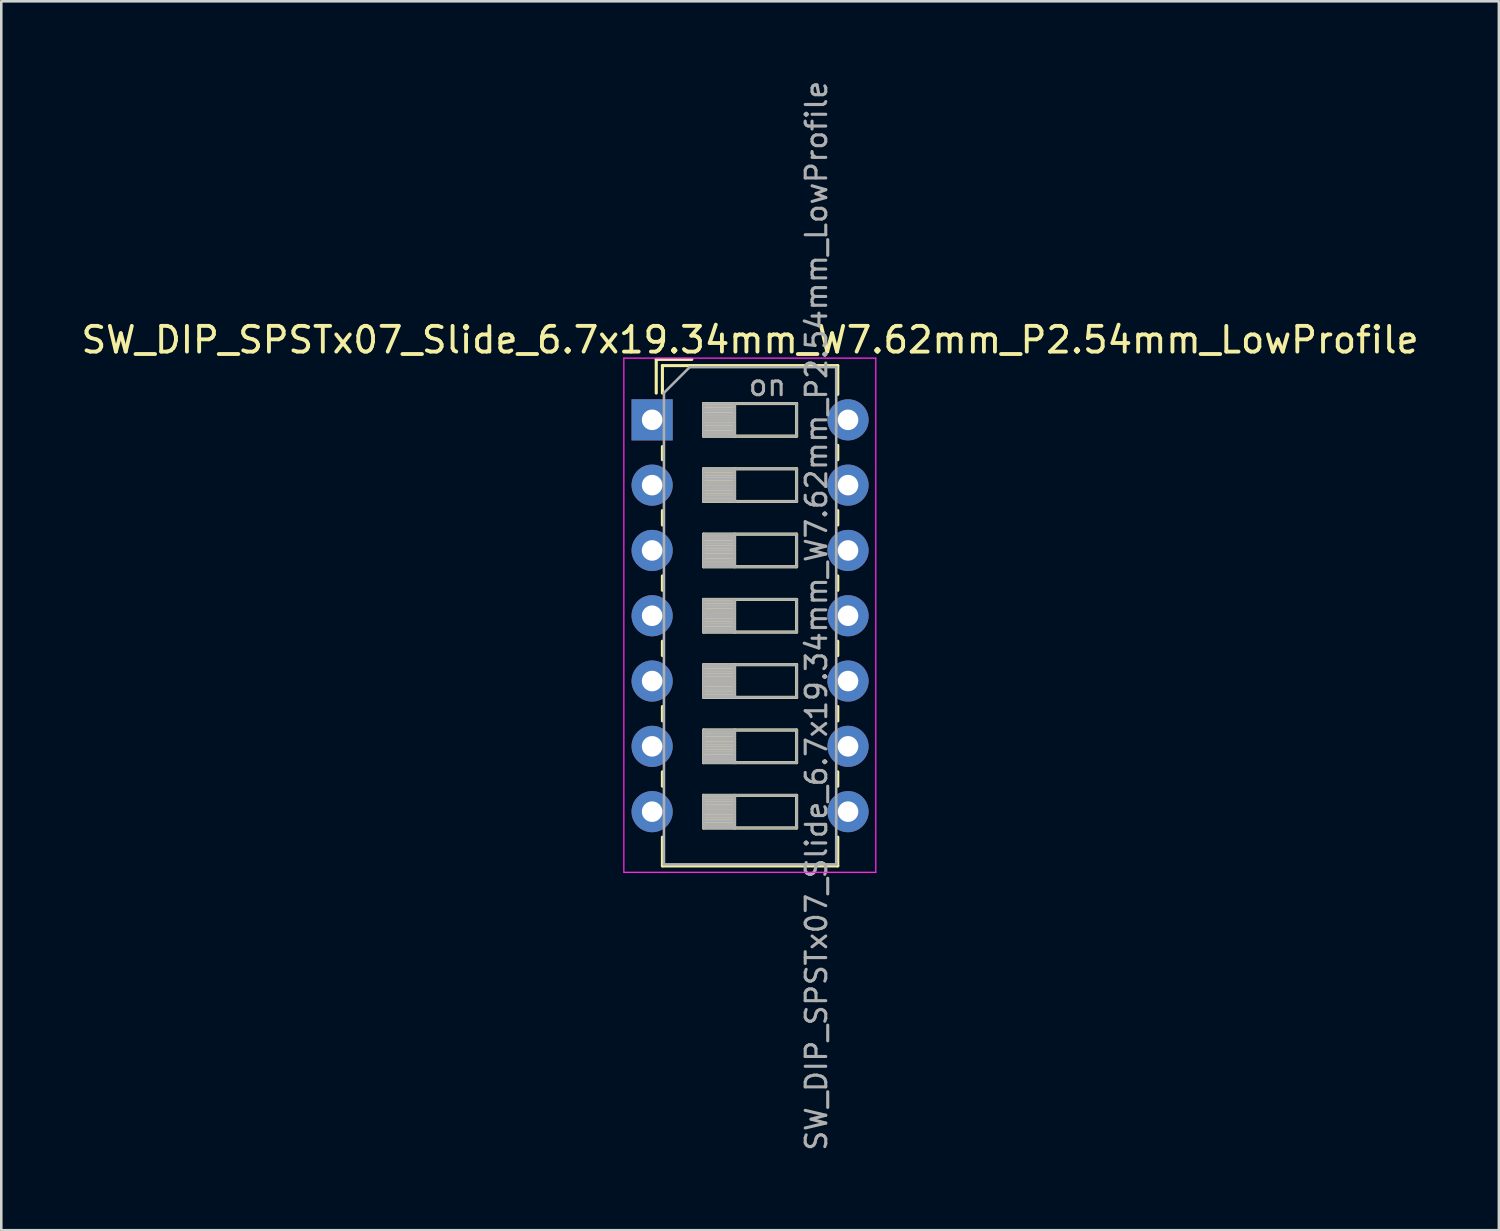
<source format=kicad_pcb>
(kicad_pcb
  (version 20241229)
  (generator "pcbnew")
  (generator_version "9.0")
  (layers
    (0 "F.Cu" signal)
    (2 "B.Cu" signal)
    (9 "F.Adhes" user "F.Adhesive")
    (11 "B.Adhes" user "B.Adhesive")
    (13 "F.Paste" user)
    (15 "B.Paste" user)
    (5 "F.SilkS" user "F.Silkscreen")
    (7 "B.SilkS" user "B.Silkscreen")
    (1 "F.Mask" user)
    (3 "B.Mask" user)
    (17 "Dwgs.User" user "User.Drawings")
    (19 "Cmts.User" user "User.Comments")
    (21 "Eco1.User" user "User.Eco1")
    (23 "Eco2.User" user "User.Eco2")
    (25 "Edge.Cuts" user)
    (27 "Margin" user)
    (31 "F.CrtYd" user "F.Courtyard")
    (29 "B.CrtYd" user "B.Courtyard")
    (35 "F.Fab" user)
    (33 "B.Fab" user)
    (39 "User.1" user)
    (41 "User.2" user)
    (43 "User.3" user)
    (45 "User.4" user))
  (footprint "SW_DIP_SPSTx07_Slide_6.7x19.34mm_W7.62mm_P2.54mm_LowProfile"
    (layer "F.Cu")
    (at 22.315 13.28)
    (property "Reference" "SW_DIP_SPSTx07_Slide_6.7x19.34mm_W7.62mm_P2.54mm_LowProfile" (at 3.81 -3.11 0) (layer "F.SilkS") (effects (font (size 1 1) (thickness 0.15))))
    (attr through_hole)
    (fp_line (start 0.16 -2.35) (end 0.16 -1.04) (stroke (width 0.12) (type solid)) (layer "F.SilkS"))
    (fp_line (start 0.16 -2.35) (end 1.543 -2.35) (stroke (width 0.12) (type solid)) (layer "F.SilkS"))
    (fp_line (start 0.4 -2.11) (end 0.4 -1.04) (stroke (width 0.12) (type solid)) (layer "F.SilkS"))
    (fp_line (start 0.4 -2.11) (end 7.221 -2.11) (stroke (width 0.12) (type solid)) (layer "F.SilkS"))
    (fp_line (start 0.4 1.04) (end 0.4 1.551) (stroke (width 0.12) (type solid)) (layer "F.SilkS"))
    (fp_line (start 0.4 3.53) (end 0.4 4.091) (stroke (width 0.12) (type solid)) (layer "F.SilkS"))
    (fp_line (start 0.4 6.07) (end 0.4 6.631) (stroke (width 0.12) (type solid)) (layer "F.SilkS"))
    (fp_line (start 0.4 8.61) (end 0.4 9.17) (stroke (width 0.12) (type solid)) (layer "F.SilkS"))
    (fp_line (start 0.4 11.15) (end 0.4 11.71) (stroke (width 0.12) (type solid)) (layer "F.SilkS"))
    (fp_line (start 0.4 13.69) (end 0.4 14.25) (stroke (width 0.12) (type solid)) (layer "F.SilkS"))
    (fp_line (start 0.4 16.23) (end 0.4 17.35) (stroke (width 0.12) (type solid)) (layer "F.SilkS"))
    (fp_line (start 0.4 17.35) (end 7.221 17.35) (stroke (width 0.12) (type solid)) (layer "F.SilkS"))
    (fp_line (start 2 -0.635) (end 2 0.635) (stroke (width 0.12) (type solid)) (layer "F.SilkS"))
    (fp_line (start 2 -0.515) (end 3.207 -0.515) (stroke (width 0.12) (type solid)) (layer "F.SilkS"))
    (fp_line (start 2 -0.395) (end 3.207 -0.395) (stroke (width 0.12) (type solid)) (layer "F.SilkS"))
    (fp_line (start 2 -0.275) (end 3.207 -0.275) (stroke (width 0.12) (type solid)) (layer "F.SilkS"))
    (fp_line (start 2 -0.155) (end 3.207 -0.155) (stroke (width 0.12) (type solid)) (layer "F.SilkS"))
    (fp_line (start 2 -0.035) (end 3.207 -0.035) (stroke (width 0.12) (type solid)) (layer "F.SilkS"))
    (fp_line (start 2 0.085) (end 3.207 0.085) (stroke (width 0.12) (type solid)) (layer "F.SilkS"))
    (fp_line (start 2 0.205) (end 3.207 0.205) (stroke (width 0.12) (type solid)) (layer "F.SilkS"))
    (fp_line (start 2 0.325) (end 3.207 0.325) (stroke (width 0.12) (type solid)) (layer "F.SilkS"))
    (fp_line (start 2 0.445) (end 3.207 0.445) (stroke (width 0.12) (type solid)) (layer "F.SilkS"))
    (fp_line (start 2 0.565) (end 3.207 0.565) (stroke (width 0.12) (type solid)) (layer "F.SilkS"))
    (fp_line (start 2 0.635) (end 5.62 0.635) (stroke (width 0.12) (type solid)) (layer "F.SilkS"))
    (fp_line (start 2 1.905) (end 2 3.175) (stroke (width 0.12) (type solid)) (layer "F.SilkS"))
    (fp_line (start 2 2.025) (end 3.207 2.025) (stroke (width 0.12) (type solid)) (layer "F.SilkS"))
    (fp_line (start 2 2.145) (end 3.207 2.145) (stroke (width 0.12) (type solid)) (layer "F.SilkS"))
    (fp_line (start 2 2.265) (end 3.207 2.265) (stroke (width 0.12) (type solid)) (layer "F.SilkS"))
    (fp_line (start 2 2.385) (end 3.207 2.385) (stroke (width 0.12) (type solid)) (layer "F.SilkS"))
    (fp_line (start 2 2.505) (end 3.207 2.505) (stroke (width 0.12) (type solid)) (layer "F.SilkS"))
    (fp_line (start 2 2.625) (end 3.207 2.625) (stroke (width 0.12) (type solid)) (layer "F.SilkS"))
    (fp_line (start 2 2.745) (end 3.207 2.745) (stroke (width 0.12) (type solid)) (layer "F.SilkS"))
    (fp_line (start 2 2.865) (end 3.207 2.865) (stroke (width 0.12) (type solid)) (layer "F.SilkS"))
    (fp_line (start 2 2.985) (end 3.207 2.985) (stroke (width 0.12) (type solid)) (layer "F.SilkS"))
    (fp_line (start 2 3.105) (end 3.207 3.105) (stroke (width 0.12) (type solid)) (layer "F.SilkS"))
    (fp_line (start 2 3.175) (end 5.62 3.175) (stroke (width 0.12) (type solid)) (layer "F.SilkS"))
    (fp_line (start 2 4.445) (end 2 5.715) (stroke (width 0.12) (type solid)) (layer "F.SilkS"))
    (fp_line (start 2 4.565) (end 3.207 4.565) (stroke (width 0.12) (type solid)) (layer "F.SilkS"))
    (fp_line (start 2 4.685) (end 3.207 4.685) (stroke (width 0.12) (type solid)) (layer "F.SilkS"))
    (fp_line (start 2 4.805) (end 3.207 4.805) (stroke (width 0.12) (type solid)) (layer "F.SilkS"))
    (fp_line (start 2 4.925) (end 3.207 4.925) (stroke (width 0.12) (type solid)) (layer "F.SilkS"))
    (fp_line (start 2 5.045) (end 3.207 5.045) (stroke (width 0.12) (type solid)) (layer "F.SilkS"))
    (fp_line (start 2 5.165) (end 3.207 5.165) (stroke (width 0.12) (type solid)) (layer "F.SilkS"))
    (fp_line (start 2 5.285) (end 3.207 5.285) (stroke (width 0.12) (type solid)) (layer "F.SilkS"))
    (fp_line (start 2 5.405) (end 3.207 5.405) (stroke (width 0.12) (type solid)) (layer "F.SilkS"))
    (fp_line (start 2 5.525) (end 3.207 5.525) (stroke (width 0.12) (type solid)) (layer "F.SilkS"))
    (fp_line (start 2 5.645) (end 3.207 5.645) (stroke (width 0.12) (type solid)) (layer "F.SilkS"))
    (fp_line (start 2 5.715) (end 5.62 5.715) (stroke (width 0.12) (type solid)) (layer "F.SilkS"))
    (fp_line (start 2 6.985) (end 2 8.255) (stroke (width 0.12) (type solid)) (layer "F.SilkS"))
    (fp_line (start 2 7.105) (end 3.207 7.105) (stroke (width 0.12) (type solid)) (layer "F.SilkS"))
    (fp_line (start 2 7.225) (end 3.207 7.225) (stroke (width 0.12) (type solid)) (layer "F.SilkS"))
    (fp_line (start 2 7.345) (end 3.207 7.345) (stroke (width 0.12) (type solid)) (layer "F.SilkS"))
    (fp_line (start 2 7.465) (end 3.207 7.465) (stroke (width 0.12) (type solid)) (layer "F.SilkS"))
    (fp_line (start 2 7.585) (end 3.207 7.585) (stroke (width 0.12) (type solid)) (layer "F.SilkS"))
    (fp_line (start 2 7.705) (end 3.207 7.705) (stroke (width 0.12) (type solid)) (layer "F.SilkS"))
    (fp_line (start 2 7.825) (end 3.207 7.825) (stroke (width 0.12) (type solid)) (layer "F.SilkS"))
    (fp_line (start 2 7.945) (end 3.207 7.945) (stroke (width 0.12) (type solid)) (layer "F.SilkS"))
    (fp_line (start 2 8.065) (end 3.207 8.065) (stroke (width 0.12) (type solid)) (layer "F.SilkS"))
    (fp_line (start 2 8.185) (end 3.207 8.185) (stroke (width 0.12) (type solid)) (layer "F.SilkS"))
    (fp_line (start 2 8.255) (end 5.62 8.255) (stroke (width 0.12) (type solid)) (layer "F.SilkS"))
    (fp_line (start 2 9.525) (end 2 10.795) (stroke (width 0.12) (type solid)) (layer "F.SilkS"))
    (fp_line (start 2 9.645) (end 3.207 9.645) (stroke (width 0.12) (type solid)) (layer "F.SilkS"))
    (fp_line (start 2 9.765) (end 3.207 9.765) (stroke (width 0.12) (type solid)) (layer "F.SilkS"))
    (fp_line (start 2 9.885) (end 3.207 9.885) (stroke (width 0.12) (type solid)) (layer "F.SilkS"))
    (fp_line (start 2 10.005) (end 3.207 10.005) (stroke (width 0.12) (type solid)) (layer "F.SilkS"))
    (fp_line (start 2 10.125) (end 3.207 10.125) (stroke (width 0.12) (type solid)) (layer "F.SilkS"))
    (fp_line (start 2 10.245) (end 3.207 10.245) (stroke (width 0.12) (type solid)) (layer "F.SilkS"))
    (fp_line (start 2 10.365) (end 3.207 10.365) (stroke (width 0.12) (type solid)) (layer "F.SilkS"))
    (fp_line (start 2 10.485) (end 3.207 10.485) (stroke (width 0.12) (type solid)) (layer "F.SilkS"))
    (fp_line (start 2 10.605) (end 3.207 10.605) (stroke (width 0.12) (type solid)) (layer "F.SilkS"))
    (fp_line (start 2 10.725) (end 3.207 10.725) (stroke (width 0.12) (type solid)) (layer "F.SilkS"))
    (fp_line (start 2 10.795) (end 5.62 10.795) (stroke (width 0.12) (type solid)) (layer "F.SilkS"))
    (fp_line (start 2 12.065) (end 2 13.335) (stroke (width 0.12) (type solid)) (layer "F.SilkS"))
    (fp_line (start 2 12.185) (end 3.207 12.185) (stroke (width 0.12) (type solid)) (layer "F.SilkS"))
    (fp_line (start 2 12.305) (end 3.207 12.305) (stroke (width 0.12) (type solid)) (layer "F.SilkS"))
    (fp_line (start 2 12.425) (end 3.207 12.425) (stroke (width 0.12) (type solid)) (layer "F.SilkS"))
    (fp_line (start 2 12.545) (end 3.207 12.545) (stroke (width 0.12) (type solid)) (layer "F.SilkS"))
    (fp_line (start 2 12.665) (end 3.207 12.665) (stroke (width 0.12) (type solid)) (layer "F.SilkS"))
    (fp_line (start 2 12.785) (end 3.207 12.785) (stroke (width 0.12) (type solid)) (layer "F.SilkS"))
    (fp_line (start 2 12.905) (end 3.207 12.905) (stroke (width 0.12) (type solid)) (layer "F.SilkS"))
    (fp_line (start 2 13.025) (end 3.207 13.025) (stroke (width 0.12) (type solid)) (layer "F.SilkS"))
    (fp_line (start 2 13.145) (end 3.207 13.145) (stroke (width 0.12) (type solid)) (layer "F.SilkS"))
    (fp_line (start 2 13.265) (end 3.207 13.265) (stroke (width 0.12) (type solid)) (layer "F.SilkS"))
    (fp_line (start 2 13.335) (end 5.62 13.335) (stroke (width 0.12) (type solid)) (layer "F.SilkS"))
    (fp_line (start 2 14.605) (end 2 15.875) (stroke (width 0.12) (type solid)) (layer "F.SilkS"))
    (fp_line (start 2 14.725) (end 3.207 14.725) (stroke (width 0.12) (type solid)) (layer "F.SilkS"))
    (fp_line (start 2 14.845) (end 3.207 14.845) (stroke (width 0.12) (type solid)) (layer "F.SilkS"))
    (fp_line (start 2 14.965) (end 3.207 14.965) (stroke (width 0.12) (type solid)) (layer "F.SilkS"))
    (fp_line (start 2 15.085) (end 3.207 15.085) (stroke (width 0.12) (type solid)) (layer "F.SilkS"))
    (fp_line (start 2 15.205) (end 3.207 15.205) (stroke (width 0.12) (type solid)) (layer "F.SilkS"))
    (fp_line (start 2 15.325) (end 3.207 15.325) (stroke (width 0.12) (type solid)) (layer "F.SilkS"))
    (fp_line (start 2 15.445) (end 3.207 15.445) (stroke (width 0.12) (type solid)) (layer "F.SilkS"))
    (fp_line (start 2 15.565) (end 3.207 15.565) (stroke (width 0.12) (type solid)) (layer "F.SilkS"))
    (fp_line (start 2 15.685) (end 3.207 15.685) (stroke (width 0.12) (type solid)) (layer "F.SilkS"))
    (fp_line (start 2 15.805) (end 3.207 15.805) (stroke (width 0.12) (type solid)) (layer "F.SilkS"))
    (fp_line (start 2 15.875) (end 5.62 15.875) (stroke (width 0.12) (type solid)) (layer "F.SilkS"))
    (fp_line (start 3.207 -0.635) (end 3.207 0.635) (stroke (width 0.12) (type solid)) (layer "F.SilkS"))
    (fp_line (start 3.207 1.905) (end 3.207 3.175) (stroke (width 0.12) (type solid)) (layer "F.SilkS"))
    (fp_line (start 3.207 4.445) (end 3.207 5.715) (stroke (width 0.12) (type solid)) (layer "F.SilkS"))
    (fp_line (start 3.207 6.985) (end 3.207 8.255) (stroke (width 0.12) (type solid)) (layer "F.SilkS"))
    (fp_line (start 3.207 9.525) (end 3.207 10.795) (stroke (width 0.12) (type solid)) (layer "F.SilkS"))
    (fp_line (start 3.207 12.065) (end 3.207 13.335) (stroke (width 0.12) (type solid)) (layer "F.SilkS"))
    (fp_line (start 3.207 14.605) (end 3.207 15.875) (stroke (width 0.12) (type solid)) (layer "F.SilkS"))
    (fp_line (start 5.62 -0.635) (end 2 -0.635) (stroke (width 0.12) (type solid)) (layer "F.SilkS"))
    (fp_line (start 5.62 0.635) (end 5.62 -0.635) (stroke (width 0.12) (type solid)) (layer "F.SilkS"))
    (fp_line (start 5.62 1.905) (end 2 1.905) (stroke (width 0.12) (type solid)) (layer "F.SilkS"))
    (fp_line (start 5.62 3.175) (end 5.62 1.905) (stroke (width 0.12) (type solid)) (layer "F.SilkS"))
    (fp_line (start 5.62 4.445) (end 2 4.445) (stroke (width 0.12) (type solid)) (layer "F.SilkS"))
    (fp_line (start 5.62 5.715) (end 5.62 4.445) (stroke (width 0.12) (type solid)) (layer "F.SilkS"))
    (fp_line (start 5.62 6.985) (end 2 6.985) (stroke (width 0.12) (type solid)) (layer "F.SilkS"))
    (fp_line (start 5.62 8.255) (end 5.62 6.985) (stroke (width 0.12) (type solid)) (layer "F.SilkS"))
    (fp_line (start 5.62 9.525) (end 2 9.525) (stroke (width 0.12) (type solid)) (layer "F.SilkS"))
    (fp_line (start 5.62 10.795) (end 5.62 9.525) (stroke (width 0.12) (type solid)) (layer "F.SilkS"))
    (fp_line (start 5.62 12.065) (end 2 12.065) (stroke (width 0.12) (type solid)) (layer "F.SilkS"))
    (fp_line (start 5.62 13.335) (end 5.62 12.065) (stroke (width 0.12) (type solid)) (layer "F.SilkS"))
    (fp_line (start 5.62 14.605) (end 2 14.605) (stroke (width 0.12) (type solid)) (layer "F.SilkS"))
    (fp_line (start 5.62 15.875) (end 5.62 14.605) (stroke (width 0.12) (type solid)) (layer "F.SilkS"))
    (fp_line (start 7.221 -2.11) (end 7.221 -0.99) (stroke (width 0.12) (type solid)) (layer "F.SilkS"))
    (fp_line (start 7.221 0.99) (end 7.221 1.551) (stroke (width 0.12) (type solid)) (layer "F.SilkS"))
    (fp_line (start 7.221 3.53) (end 7.221 4.091) (stroke (width 0.12) (type solid)) (layer "F.SilkS"))
    (fp_line (start 7.221 6.07) (end 7.221 6.631) (stroke (width 0.12) (type solid)) (layer "F.SilkS"))
    (fp_line (start 7.221 8.61) (end 7.221 9.17) (stroke (width 0.12) (type solid)) (layer "F.SilkS"))
    (fp_line (start 7.221 11.15) (end 7.221 11.71) (stroke (width 0.12) (type solid)) (layer "F.SilkS"))
    (fp_line (start 7.221 13.69) (end 7.221 14.25) (stroke (width 0.12) (type solid)) (layer "F.SilkS"))
    (fp_line (start 7.221 16.23) (end 7.221 17.35) (stroke (width 0.12) (type solid)) (layer "F.SilkS"))
    (fp_line (start -1.1 -2.4) (end -1.1 17.6) (stroke (width 0.05) (type solid)) (layer "F.CrtYd"))
    (fp_line (start -1.1 17.6) (end 8.7 17.6) (stroke (width 0.05) (type solid)) (layer "F.CrtYd"))
    (fp_line (start 8.7 -2.4) (end -1.1 -2.4) (stroke (width 0.05) (type solid)) (layer "F.CrtYd"))
    (fp_line (start 8.7 17.6) (end 8.7 -2.4) (stroke (width 0.05) (type solid)) (layer "F.CrtYd"))
    (fp_line (start 0.46 -1.05) (end 1.46 -2.05) (stroke (width 0.1) (type solid)) (layer "F.Fab"))
    (fp_line (start 0.46 17.29) (end 0.46 -1.05) (stroke (width 0.1) (type solid)) (layer "F.Fab"))
    (fp_line (start 1.46 -2.05) (end 7.16 -2.05) (stroke (width 0.1) (type solid)) (layer "F.Fab"))
    (fp_line (start 2 -0.635) (end 2 0.635) (stroke (width 0.1) (type solid)) (layer "F.Fab"))
    (fp_line (start 2 -0.535) (end 3.207 -0.535) (stroke (width 0.1) (type solid)) (layer "F.Fab"))
    (fp_line (start 2 -0.435) (end 3.207 -0.435) (stroke (width 0.1) (type solid)) (layer "F.Fab"))
    (fp_line (start 2 -0.335) (end 3.207 -0.335) (stroke (width 0.1) (type solid)) (layer "F.Fab"))
    (fp_line (start 2 -0.235) (end 3.207 -0.235) (stroke (width 0.1) (type solid)) (layer "F.Fab"))
    (fp_line (start 2 -0.135) (end 3.207 -0.135) (stroke (width 0.1) (type solid)) (layer "F.Fab"))
    (fp_line (start 2 -0.035) (end 3.207 -0.035) (stroke (width 0.1) (type solid)) (layer "F.Fab"))
    (fp_line (start 2 0.065) (end 3.207 0.065) (stroke (width 0.1) (type solid)) (layer "F.Fab"))
    (fp_line (start 2 0.165) (end 3.207 0.165) (stroke (width 0.1) (type solid)) (layer "F.Fab"))
    (fp_line (start 2 0.265) (end 3.207 0.265) (stroke (width 0.1) (type solid)) (layer "F.Fab"))
    (fp_line (start 2 0.365) (end 3.207 0.365) (stroke (width 0.1) (type solid)) (layer "F.Fab"))
    (fp_line (start 2 0.465) (end 3.207 0.465) (stroke (width 0.1) (type solid)) (layer "F.Fab"))
    (fp_line (start 2 0.565) (end 3.207 0.565) (stroke (width 0.1) (type solid)) (layer "F.Fab"))
    (fp_line (start 2 0.635) (end 5.62 0.635) (stroke (width 0.1) (type solid)) (layer "F.Fab"))
    (fp_line (start 2 1.905) (end 2 3.175) (stroke (width 0.1) (type solid)) (layer "F.Fab"))
    (fp_line (start 2 2.005) (end 3.207 2.005) (stroke (width 0.1) (type solid)) (layer "F.Fab"))
    (fp_line (start 2 2.105) (end 3.207 2.105) (stroke (width 0.1) (type solid)) (layer "F.Fab"))
    (fp_line (start 2 2.205) (end 3.207 2.205) (stroke (width 0.1) (type solid)) (layer "F.Fab"))
    (fp_line (start 2 2.305) (end 3.207 2.305) (stroke (width 0.1) (type solid)) (layer "F.Fab"))
    (fp_line (start 2 2.405) (end 3.207 2.405) (stroke (width 0.1) (type solid)) (layer "F.Fab"))
    (fp_line (start 2 2.505) (end 3.207 2.505) (stroke (width 0.1) (type solid)) (layer "F.Fab"))
    (fp_line (start 2 2.605) (end 3.207 2.605) (stroke (width 0.1) (type solid)) (layer "F.Fab"))
    (fp_line (start 2 2.705) (end 3.207 2.705) (stroke (width 0.1) (type solid)) (layer "F.Fab"))
    (fp_line (start 2 2.805) (end 3.207 2.805) (stroke (width 0.1) (type solid)) (layer "F.Fab"))
    (fp_line (start 2 2.905) (end 3.207 2.905) (stroke (width 0.1) (type solid)) (layer "F.Fab"))
    (fp_line (start 2 3.005) (end 3.207 3.005) (stroke (width 0.1) (type solid)) (layer "F.Fab"))
    (fp_line (start 2 3.105) (end 3.207 3.105) (stroke (width 0.1) (type solid)) (layer "F.Fab"))
    (fp_line (start 2 3.175) (end 5.62 3.175) (stroke (width 0.1) (type solid)) (layer "F.Fab"))
    (fp_line (start 2 4.445) (end 2 5.715) (stroke (width 0.1) (type solid)) (layer "F.Fab"))
    (fp_line (start 2 4.545) (end 3.207 4.545) (stroke (width 0.1) (type solid)) (layer "F.Fab"))
    (fp_line (start 2 4.645) (end 3.207 4.645) (stroke (width 0.1) (type solid)) (layer "F.Fab"))
    (fp_line (start 2 4.745) (end 3.207 4.745) (stroke (width 0.1) (type solid)) (layer "F.Fab"))
    (fp_line (start 2 4.845) (end 3.207 4.845) (stroke (width 0.1) (type solid)) (layer "F.Fab"))
    (fp_line (start 2 4.945) (end 3.207 4.945) (stroke (width 0.1) (type solid)) (layer "F.Fab"))
    (fp_line (start 2 5.045) (end 3.207 5.045) (stroke (width 0.1) (type solid)) (layer "F.Fab"))
    (fp_line (start 2 5.145) (end 3.207 5.145) (stroke (width 0.1) (type solid)) (layer "F.Fab"))
    (fp_line (start 2 5.245) (end 3.207 5.245) (stroke (width 0.1) (type solid)) (layer "F.Fab"))
    (fp_line (start 2 5.345) (end 3.207 5.345) (stroke (width 0.1) (type solid)) (layer "F.Fab"))
    (fp_line (start 2 5.445) (end 3.207 5.445) (stroke (width 0.1) (type solid)) (layer "F.Fab"))
    (fp_line (start 2 5.545) (end 3.207 5.545) (stroke (width 0.1) (type solid)) (layer "F.Fab"))
    (fp_line (start 2 5.645) (end 3.207 5.645) (stroke (width 0.1) (type solid)) (layer "F.Fab"))
    (fp_line (start 2 5.715) (end 5.62 5.715) (stroke (width 0.1) (type solid)) (layer "F.Fab"))
    (fp_line (start 2 6.985) (end 2 8.255) (stroke (width 0.1) (type solid)) (layer "F.Fab"))
    (fp_line (start 2 7.085) (end 3.207 7.085) (stroke (width 0.1) (type solid)) (layer "F.Fab"))
    (fp_line (start 2 7.185) (end 3.207 7.185) (stroke (width 0.1) (type solid)) (layer "F.Fab"))
    (fp_line (start 2 7.285) (end 3.207 7.285) (stroke (width 0.1) (type solid)) (layer "F.Fab"))
    (fp_line (start 2 7.385) (end 3.207 7.385) (stroke (width 0.1) (type solid)) (layer "F.Fab"))
    (fp_line (start 2 7.485) (end 3.207 7.485) (stroke (width 0.1) (type solid)) (layer "F.Fab"))
    (fp_line (start 2 7.585) (end 3.207 7.585) (stroke (width 0.1) (type solid)) (layer "F.Fab"))
    (fp_line (start 2 7.685) (end 3.207 7.685) (stroke (width 0.1) (type solid)) (layer "F.Fab"))
    (fp_line (start 2 7.785) (end 3.207 7.785) (stroke (width 0.1) (type solid)) (layer "F.Fab"))
    (fp_line (start 2 7.885) (end 3.207 7.885) (stroke (width 0.1) (type solid)) (layer "F.Fab"))
    (fp_line (start 2 7.985) (end 3.207 7.985) (stroke (width 0.1) (type solid)) (layer "F.Fab"))
    (fp_line (start 2 8.085) (end 3.207 8.085) (stroke (width 0.1) (type solid)) (layer "F.Fab"))
    (fp_line (start 2 8.185) (end 3.207 8.185) (stroke (width 0.1) (type solid)) (layer "F.Fab"))
    (fp_line (start 2 8.255) (end 5.62 8.255) (stroke (width 0.1) (type solid)) (layer "F.Fab"))
    (fp_line (start 2 9.525) (end 2 10.795) (stroke (width 0.1) (type solid)) (layer "F.Fab"))
    (fp_line (start 2 9.625) (end 3.207 9.625) (stroke (width 0.1) (type solid)) (layer "F.Fab"))
    (fp_line (start 2 9.725) (end 3.207 9.725) (stroke (width 0.1) (type solid)) (layer "F.Fab"))
    (fp_line (start 2 9.825) (end 3.207 9.825) (stroke (width 0.1) (type solid)) (layer "F.Fab"))
    (fp_line (start 2 9.925) (end 3.207 9.925) (stroke (width 0.1) (type solid)) (layer "F.Fab"))
    (fp_line (start 2 10.025) (end 3.207 10.025) (stroke (width 0.1) (type solid)) (layer "F.Fab"))
    (fp_line (start 2 10.125) (end 3.207 10.125) (stroke (width 0.1) (type solid)) (layer "F.Fab"))
    (fp_line (start 2 10.225) (end 3.207 10.225) (stroke (width 0.1) (type solid)) (layer "F.Fab"))
    (fp_line (start 2 10.325) (end 3.207 10.325) (stroke (width 0.1) (type solid)) (layer "F.Fab"))
    (fp_line (start 2 10.425) (end 3.207 10.425) (stroke (width 0.1) (type solid)) (layer "F.Fab"))
    (fp_line (start 2 10.525) (end 3.207 10.525) (stroke (width 0.1) (type solid)) (layer "F.Fab"))
    (fp_line (start 2 10.625) (end 3.207 10.625) (stroke (width 0.1) (type solid)) (layer "F.Fab"))
    (fp_line (start 2 10.725) (end 3.207 10.725) (stroke (width 0.1) (type solid)) (layer "F.Fab"))
    (fp_line (start 2 10.795) (end 5.62 10.795) (stroke (width 0.1) (type solid)) (layer "F.Fab"))
    (fp_line (start 2 12.065) (end 2 13.335) (stroke (width 0.1) (type solid)) (layer "F.Fab"))
    (fp_line (start 2 12.165) (end 3.207 12.165) (stroke (width 0.1) (type solid)) (layer "F.Fab"))
    (fp_line (start 2 12.265) (end 3.207 12.265) (stroke (width 0.1) (type solid)) (layer "F.Fab"))
    (fp_line (start 2 12.365) (end 3.207 12.365) (stroke (width 0.1) (type solid)) (layer "F.Fab"))
    (fp_line (start 2 12.465) (end 3.207 12.465) (stroke (width 0.1) (type solid)) (layer "F.Fab"))
    (fp_line (start 2 12.565) (end 3.207 12.565) (stroke (width 0.1) (type solid)) (layer "F.Fab"))
    (fp_line (start 2 12.665) (end 3.207 12.665) (stroke (width 0.1) (type solid)) (layer "F.Fab"))
    (fp_line (start 2 12.765) (end 3.207 12.765) (stroke (width 0.1) (type solid)) (layer "F.Fab"))
    (fp_line (start 2 12.865) (end 3.207 12.865) (stroke (width 0.1) (type solid)) (layer "F.Fab"))
    (fp_line (start 2 12.965) (end 3.207 12.965) (stroke (width 0.1) (type solid)) (layer "F.Fab"))
    (fp_line (start 2 13.065) (end 3.207 13.065) (stroke (width 0.1) (type solid)) (layer "F.Fab"))
    (fp_line (start 2 13.165) (end 3.207 13.165) (stroke (width 0.1) (type solid)) (layer "F.Fab"))
    (fp_line (start 2 13.265) (end 3.207 13.265) (stroke (width 0.1) (type solid)) (layer "F.Fab"))
    (fp_line (start 2 13.335) (end 5.62 13.335) (stroke (width 0.1) (type solid)) (layer "F.Fab"))
    (fp_line (start 2 14.605) (end 2 15.875) (stroke (width 0.1) (type solid)) (layer "F.Fab"))
    (fp_line (start 2 14.705) (end 3.207 14.705) (stroke (width 0.1) (type solid)) (layer "F.Fab"))
    (fp_line (start 2 14.805) (end 3.207 14.805) (stroke (width 0.1) (type solid)) (layer "F.Fab"))
    (fp_line (start 2 14.905) (end 3.207 14.905) (stroke (width 0.1) (type solid)) (layer "F.Fab"))
    (fp_line (start 2 15.005) (end 3.207 15.005) (stroke (width 0.1) (type solid)) (layer "F.Fab"))
    (fp_line (start 2 15.105) (end 3.207 15.105) (stroke (width 0.1) (type solid)) (layer "F.Fab"))
    (fp_line (start 2 15.205) (end 3.207 15.205) (stroke (width 0.1) (type solid)) (layer "F.Fab"))
    (fp_line (start 2 15.305) (end 3.207 15.305) (stroke (width 0.1) (type solid)) (layer "F.Fab"))
    (fp_line (start 2 15.405) (end 3.207 15.405) (stroke (width 0.1) (type solid)) (layer "F.Fab"))
    (fp_line (start 2 15.505) (end 3.207 15.505) (stroke (width 0.1) (type solid)) (layer "F.Fab"))
    (fp_line (start 2 15.605) (end 3.207 15.605) (stroke (width 0.1) (type solid)) (layer "F.Fab"))
    (fp_line (start 2 15.705) (end 3.207 15.705) (stroke (width 0.1) (type solid)) (layer "F.Fab"))
    (fp_line (start 2 15.805) (end 3.207 15.805) (stroke (width 0.1) (type solid)) (layer "F.Fab"))
    (fp_line (start 2 15.875) (end 5.62 15.875) (stroke (width 0.1) (type solid)) (layer "F.Fab"))
    (fp_line (start 3.207 -0.635) (end 3.207 0.635) (stroke (width 0.1) (type solid)) (layer "F.Fab"))
    (fp_line (start 3.207 1.905) (end 3.207 3.175) (stroke (width 0.1) (type solid)) (layer "F.Fab"))
    (fp_line (start 3.207 4.445) (end 3.207 5.715) (stroke (width 0.1) (type solid)) (layer "F.Fab"))
    (fp_line (start 3.207 6.985) (end 3.207 8.255) (stroke (width 0.1) (type solid)) (layer "F.Fab"))
    (fp_line (start 3.207 9.525) (end 3.207 10.795) (stroke (width 0.1) (type solid)) (layer "F.Fab"))
    (fp_line (start 3.207 12.065) (end 3.207 13.335) (stroke (width 0.1) (type solid)) (layer "F.Fab"))
    (fp_line (start 3.207 14.605) (end 3.207 15.875) (stroke (width 0.1) (type solid)) (layer "F.Fab"))
    (fp_line (start 5.62 -0.635) (end 2 -0.635) (stroke (width 0.1) (type solid)) (layer "F.Fab"))
    (fp_line (start 5.62 0.635) (end 5.62 -0.635) (stroke (width 0.1) (type solid)) (layer "F.Fab"))
    (fp_line (start 5.62 1.905) (end 2 1.905) (stroke (width 0.1) (type solid)) (layer "F.Fab"))
    (fp_line (start 5.62 3.175) (end 5.62 1.905) (stroke (width 0.1) (type solid)) (layer "F.Fab"))
    (fp_line (start 5.62 4.445) (end 2 4.445) (stroke (width 0.1) (type solid)) (layer "F.Fab"))
    (fp_line (start 5.62 5.715) (end 5.62 4.445) (stroke (width 0.1) (type solid)) (layer "F.Fab"))
    (fp_line (start 5.62 6.985) (end 2 6.985) (stroke (width 0.1) (type solid)) (layer "F.Fab"))
    (fp_line (start 5.62 8.255) (end 5.62 6.985) (stroke (width 0.1) (type solid)) (layer "F.Fab"))
    (fp_line (start 5.62 9.525) (end 2 9.525) (stroke (width 0.1) (type solid)) (layer "F.Fab"))
    (fp_line (start 5.62 10.795) (end 5.62 9.525) (stroke (width 0.1) (type solid)) (layer "F.Fab"))
    (fp_line (start 5.62 12.065) (end 2 12.065) (stroke (width 0.1) (type solid)) (layer "F.Fab"))
    (fp_line (start 5.62 13.335) (end 5.62 12.065) (stroke (width 0.1) (type solid)) (layer "F.Fab"))
    (fp_line (start 5.62 14.605) (end 2 14.605) (stroke (width 0.1) (type solid)) (layer "F.Fab"))
    (fp_line (start 5.62 15.875) (end 5.62 14.605) (stroke (width 0.1) (type solid)) (layer "F.Fab"))
    (fp_line (start 7.16 -2.05) (end 7.16 17.29) (stroke (width 0.1) (type solid)) (layer "F.Fab"))
    (fp_line (start 7.16 17.29) (end 0.46 17.29) (stroke (width 0.1) (type solid)) (layer "F.Fab"))
    (fp_text user "on" (at 4.485 -1.343 0) (layer "F.Fab") (effects (font (size 0.8 0.8) (thickness 0.12))))
    (fp_text user "${REFERENCE}" (at 6.39 7.62 90) (layer "F.Fab") (effects (font (size 0.8 0.8) (thickness 0.12))))
    (pad "1" thru_hole rect (at 0 0) (size 1.6 1.6) (drill 0.8) (layers "*.Cu" "*.Mask"))
    (pad "2" thru_hole oval (at 0 2.54) (size 1.6 1.6) (drill 0.8) (layers "*.Cu" "*.Mask"))
    (pad "3" thru_hole oval (at 0 5.08) (size 1.6 1.6) (drill 0.8) (layers "*.Cu" "*.Mask"))
    (pad "4" thru_hole oval (at 0 7.62) (size 1.6 1.6) (drill 0.8) (layers "*.Cu" "*.Mask"))
    (pad "5" thru_hole oval (at 0 10.16) (size 1.6 1.6) (drill 0.8) (layers "*.Cu" "*.Mask"))
    (pad "6" thru_hole oval (at 0 12.7) (size 1.6 1.6) (drill 0.8) (layers "*.Cu" "*.Mask"))
    (pad "7" thru_hole oval (at 0 15.24) (size 1.6 1.6) (drill 0.8) (layers "*.Cu" "*.Mask"))
    (pad "8" thru_hole oval (at 7.62 15.24) (size 1.6 1.6) (drill 0.8) (layers "*.Cu" "*.Mask"))
    (pad "9" thru_hole oval (at 7.62 12.7) (size 1.6 1.6) (drill 0.8) (layers "*.Cu" "*.Mask"))
    (pad "10" thru_hole oval (at 7.62 10.16) (size 1.6 1.6) (drill 0.8) (layers "*.Cu" "*.Mask"))
    (pad "11" thru_hole oval (at 7.62 7.62) (size 1.6 1.6) (drill 0.8) (layers "*.Cu" "*.Mask"))
    (pad "12" thru_hole oval (at 7.62 5.08) (size 1.6 1.6) (drill 0.8) (layers "*.Cu" "*.Mask"))
    (pad "13" thru_hole oval (at 7.62 2.54) (size 1.6 1.6) (drill 0.8) (layers "*.Cu" "*.Mask"))
    (pad "14" thru_hole oval (at 7.62 0) (size 1.6 1.6) (drill 0.8) (layers "*.Cu" "*.Mask")))
  (gr_rect
    (start -3 -3)
    (end 55.25 44.8)
    (stroke (width 0.1) (type default))
    (fill no)
    (layer "Edge.Cuts")))
</source>
